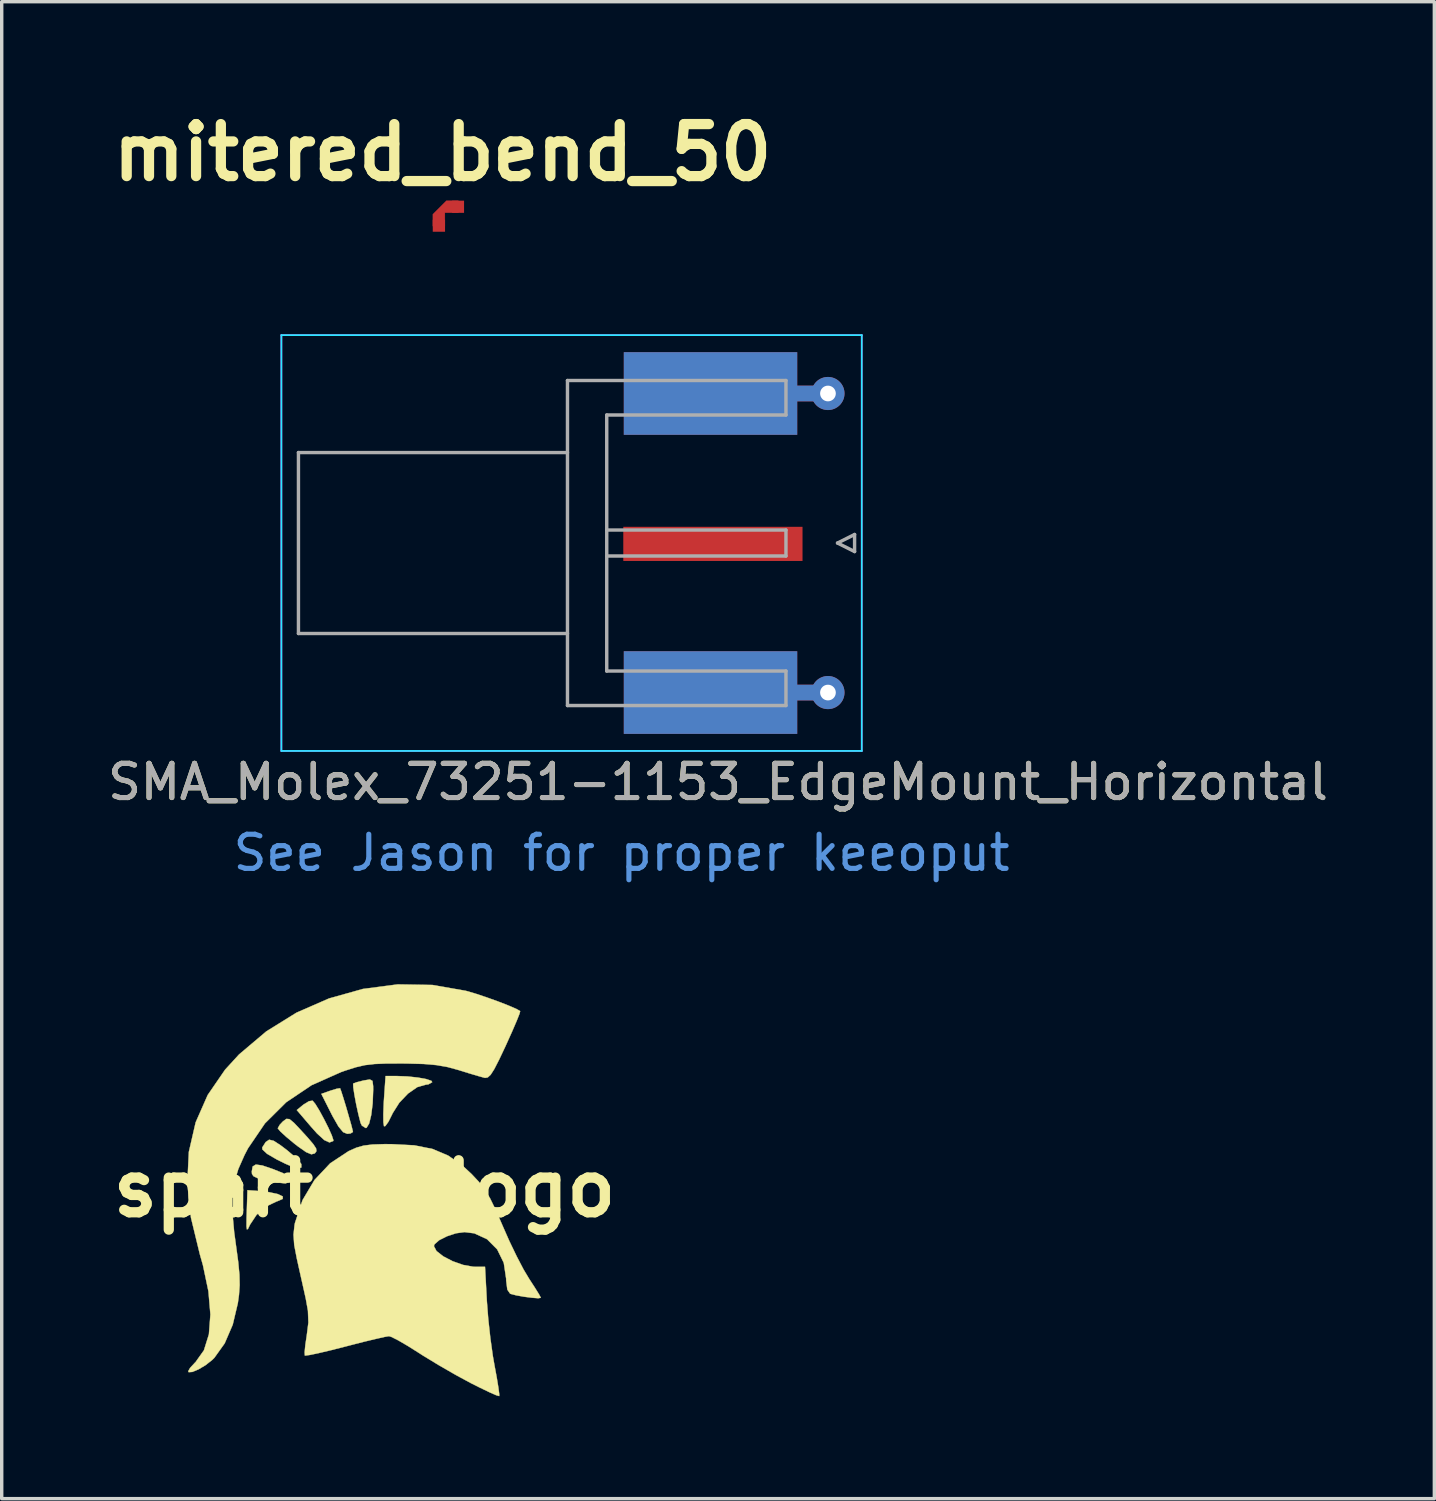
<source format=kicad_pcb>
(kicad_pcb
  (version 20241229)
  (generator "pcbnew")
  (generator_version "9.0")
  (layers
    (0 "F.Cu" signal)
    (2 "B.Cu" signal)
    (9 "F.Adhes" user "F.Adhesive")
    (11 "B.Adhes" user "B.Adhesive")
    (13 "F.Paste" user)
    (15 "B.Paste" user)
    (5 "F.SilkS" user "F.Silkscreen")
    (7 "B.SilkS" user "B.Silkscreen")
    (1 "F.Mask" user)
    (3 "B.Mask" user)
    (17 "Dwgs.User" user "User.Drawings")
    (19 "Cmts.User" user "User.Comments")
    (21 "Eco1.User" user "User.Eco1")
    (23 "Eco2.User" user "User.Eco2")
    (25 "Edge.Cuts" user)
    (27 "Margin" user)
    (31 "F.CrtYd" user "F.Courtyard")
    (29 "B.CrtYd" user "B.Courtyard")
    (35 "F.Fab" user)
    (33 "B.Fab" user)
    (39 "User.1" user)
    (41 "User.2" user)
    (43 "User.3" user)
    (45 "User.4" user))
  (footprint "SMA_Molex_73251-1153_EdgeMount_Horizontal"
    (layer "F.Cu")
    (at 15.207 12.881)
    (property "Reference" "SMA_Molex_73251-1153_EdgeMount_Horizontal" (at 2.775 6.975 0) (layer "F.SilkS") (effects (font (size 1 1) (thickness 0.15))))
    (attr smd)
    (fp_line (start -10.015 -6.115) (end -10.015 6.065) (stroke (width 0.05) (type solid)) (layer "B.CrtYd"))
    (fp_line (start -10.015 -6.115) (end 6.985 -6.115) (stroke (width 0.05) (type solid)) (layer "B.CrtYd"))
    (fp_line (start -10.015 6.065) (end 6.985 6.065) (stroke (width 0.05) (type solid)) (layer "B.CrtYd"))
    (fp_line (start 6.985 -6.115) (end 6.985 6.065) (stroke (width 0.05) (type solid)) (layer "B.CrtYd"))
    (fp_line (start -10.015 -6.115) (end -10.015 6.065) (stroke (width 0.05) (type solid)) (layer "F.CrtYd"))
    (fp_line (start -10.015 6.065) (end 6.985 6.065) (stroke (width 0.05) (type solid)) (layer "F.CrtYd"))
    (fp_line (start 6.985 -6.115) (end -10.015 -6.115) (stroke (width 0.05) (type solid)) (layer "F.CrtYd"))
    (fp_line (start 6.985 -6.115) (end 6.985 6.065) (stroke (width 0.05) (type solid)) (layer "F.CrtYd"))
    (fp_line (start -9.515 -2.675) (end -9.515 2.625) (stroke (width 0.1) (type solid)) (layer "F.Fab"))
    (fp_line (start -9.515 -2.675) (end -1.635 -2.675) (stroke (width 0.1) (type solid)) (layer "F.Fab"))
    (fp_line (start -9.515 2.625) (end -1.635 2.625) (stroke (width 0.1) (type solid)) (layer "F.Fab"))
    (fp_line (start -1.635 -4.785) (end -1.635 4.735) (stroke (width 0.1) (type solid)) (layer "F.Fab"))
    (fp_line (start -1.635 4.735) (end 4.765 4.735) (stroke (width 0.1) (type solid)) (layer "F.Fab"))
    (fp_line (start -0.485 -3.775) (end -0.485 3.725) (stroke (width 0.1) (type solid)) (layer "F.Fab"))
    (fp_line (start -0.485 -3.775) (end 4.765 -3.775) (stroke (width 0.1) (type solid)) (layer "F.Fab"))
    (fp_line (start -0.485 -0.405) (end 4.765 -0.405) (stroke (width 0.1) (type solid)) (layer "F.Fab"))
    (fp_line (start -0.485 0.355) (end 4.765 0.355) (stroke (width 0.1) (type solid)) (layer "F.Fab"))
    (fp_line (start -0.485 3.725) (end 4.765 3.725) (stroke (width 0.1) (type solid)) (layer "F.Fab"))
    (fp_line (start 4.765 -4.785) (end -1.635 -4.785) (stroke (width 0.1) (type solid)) (layer "F.Fab"))
    (fp_line (start 4.765 -4.785) (end 4.765 -3.775) (stroke (width 0.1) (type solid)) (layer "F.Fab"))
    (fp_line (start 4.765 -0.405) (end 4.765 0.355) (stroke (width 0.1) (type solid)) (layer "F.Fab"))
    (fp_line (start 4.765 3.725) (end 4.765 4.735) (stroke (width 0.1) (type solid)) (layer "F.Fab"))
    (fp_line (start 6.275 -0.025) (end 6.775 0.225) (stroke (width 0.1) (type solid)) (layer "F.Fab"))
    (fp_line (start 6.775 -0.275) (end 6.275 -0.025) (stroke (width 0.1) (type solid)) (layer "F.Fab"))
    (fp_line (start 6.775 0.225) (end 6.775 -0.275) (stroke (width 0.1) (type solid)) (layer "F.Fab"))
    (fp_text user "See Jason for proper keeoput" (at -0.05 9.05 0) (layer "Cmts.User") (effects (font (size 1 1) (thickness 0.15))))
    (fp_text user "${REFERENCE}" (at 2.775 6.975 0) (layer "F.Fab") (effects (font (size 1 1) (thickness 0.15))))
    (pad "1" smd rect (at 2.625 0) (size 5.25 1) (layers "F.Cu" "F.Mask" "F.Paste"))
    (pad "2" smd rect (at 2.555 -4.405) (size 5.08 2.42) (layers "F.Cu" "F.Mask" "F.Paste"))
    (pad "2" smd rect (at 2.555 -4.405) (size 5.08 2.42) (layers "B.Cu" "B.Mask" "B.Paste"))
    (pad "2" smd rect (at 2.555 4.355) (size 5.08 2.42) (layers "F.Cu" "F.Mask" "F.Paste"))
    (pad "2" smd rect (at 2.555 4.355) (size 5.08 2.42) (layers "B.Cu" "B.Mask" "B.Paste"))
    (pad "2" smd rect (at 5.545 -4.405) (size 0.95 0.46) (layers "F.Cu"))
    (pad "2" smd rect (at 5.545 -4.405) (size 0.95 0.46) (layers "B.Cu"))
    (pad "2" smd rect (at 5.545 4.355) (size 0.95 0.46) (layers "F.Cu"))
    (pad "2" smd rect (at 5.545 4.355) (size 0.95 0.46) (layers "B.Cu"))
    (pad "2" thru_hole circle (at 5.995 -4.405) (size 0.97 0.97) (drill 0.46) (layers "*.Cu"))
    (pad "2" thru_hole circle (at 5.995 4.355) (size 0.97 0.97) (drill 0.46) (layers "*.Cu")))
  (footprint "spartan_logo"
    (layer "F.Cu")
    (at 7.627 31.77)
    (property "Reference" "spartan_logo" (at 0 0 0) (layer "F.SilkS") (effects (font (size 1.524 1.524) (thickness 0.3))))
    (attr through_hole)
    (fp_poly (pts (xy -2.661 -1.405) (xy -2.457 -1.272) (xy -2.276 -1.135) (xy -1.994 -0.897) (xy -1.851 -0.724) (xy -1.85 -0.622) (xy -1.973 -0.597) (xy -2.097 -0.636) (xy -2.319 -0.733) (xy -2.564 -0.854) (xy -2.854 -1.023) (xy -2.991 -1.151) (xy -2.996 -1.209) (xy -2.893 -1.369) (xy -2.793 -1.436) (xy -2.661 -1.405)) (stroke (width 0.01) (type solid)) (fill yes) (layer "F.SilkS"))
    (fp_poly (pts (xy -1.44 -2.483) (xy -1.321 -2.289) (xy -1.186 -2.04) (xy -1.057 -1.784) (xy -0.958 -1.563) (xy -0.912 -1.424) (xy -0.914 -1.4) (xy -1.026 -1.356) (xy -1.179 -1.426) (xy -1.391 -1.62) (xy -1.578 -1.83) (xy -1.984 -2.305) (xy -1.788 -2.465) (xy -1.627 -2.564) (xy -1.52 -2.58) (xy -1.44 -2.483)) (stroke (width 0.01) (type solid)) (fill yes) (layer "F.SilkS"))
    (fp_poly (pts (xy -3.175 0.06) (xy -2.798 0.1) (xy -2.533 0.158) (xy -2.394 0.226) (xy -2.396 0.298) (xy -2.551 0.365) (xy -2.569 0.37) (xy -2.878 0.517) (xy -3.165 0.768) (xy -3.353 1.051) (xy -3.411 1.172) (xy -3.444 1.195) (xy -3.457 1.1) (xy -3.455 0.866) (xy -3.449 0.677) (xy -3.429 0.042) (xy -3.175 0.06)) (stroke (width 0.01) (type solid)) (fill yes) (layer "F.SilkS"))
    (fp_poly (pts (xy -2.993 -0.682) (xy -2.701 -0.583) (xy -2.392 -0.46) (xy -2.219 -0.37) (xy -2.156 -0.294) (xy -2.178 -0.213) (xy -2.184 -0.205) (xy -2.315 -0.156) (xy -2.581 -0.184) (xy -2.582 -0.184) (xy -2.929 -0.257) (xy -3.142 -0.314) (xy -3.253 -0.368) (xy -3.296 -0.433) (xy -3.302 -0.505) (xy -3.277 -0.651) (xy -3.183 -0.709) (xy -2.993 -0.682)) (stroke (width 0.01) (type solid)) (fill yes) (layer "F.SilkS"))
    (fp_poly (pts (xy -0.715 -2.943) (xy -0.682 -2.855) (xy -0.618 -2.654) (xy -0.537 -2.388) (xy -0.456 -2.107) (xy -0.386 -1.861) (xy -0.345 -1.698) (xy -0.339 -1.663) (xy -0.41 -1.619) (xy -0.507 -1.609) (xy -0.626 -1.658) (xy -0.762 -1.822) (xy -0.932 -2.12) (xy -0.97 -2.194) (xy -1.265 -2.779) (xy -1 -2.872) (xy -0.815 -2.929) (xy -0.717 -2.944) (xy -0.715 -2.943)) (stroke (width 0.01) (type solid)) (fill yes) (layer "F.SilkS"))
    (fp_poly (pts (xy -2.196 -2.039) (xy -2.067 -1.932) (xy -1.939 -1.798) (xy -1.67 -1.505) (xy -1.502 -1.308) (xy -1.419 -1.183) (xy -1.407 -1.103) (xy -1.448 -1.045) (xy -1.462 -1.033) (xy -1.557 -1.009) (xy -1.711 -1.073) (xy -1.948 -1.239) (xy -2.057 -1.324) (xy -2.292 -1.519) (xy -2.464 -1.677) (xy -2.539 -1.767) (xy -2.54 -1.772) (xy -2.484 -1.872) (xy -2.387 -1.975) (xy -2.287 -2.047) (xy -2.196 -2.039)) (stroke (width 0.01) (type solid)) (fill yes) (layer "F.SilkS"))
    (fp_poly (pts (xy 0.234 -3.159) (xy 0.253 -3.006) (xy 0.254 -2.897) (xy 0.239 -2.501) (xy 0.197 -2.161) (xy 0.136 -1.911) (xy 0.061 -1.786) (xy 0.037 -1.778) (xy -0.076 -1.848) (xy -0.115 -1.926) (xy -0.18 -2.182) (xy -0.244 -2.474) (xy -0.296 -2.753) (xy -0.329 -2.97) (xy -0.333 -3.078) (xy -0.331 -3.081) (xy -0.232 -3.119) (xy -0.039 -3.168) (xy -0.021 -3.172) (xy 0.156 -3.201) (xy 0.234 -3.159)) (stroke (width 0.01) (type solid)) (fill yes) (layer "F.SilkS"))
    (fp_poly (pts (xy 1.257 -3.29) (xy 1.564 -3.257) (xy 1.811 -3.212) (xy 1.96 -3.161) (xy 1.983 -3.121) (xy 1.869 -3.057) (xy 1.793 -3.048) (xy 1.546 -2.977) (xy 1.274 -2.788) (xy 1.019 -2.52) (xy 0.824 -2.211) (xy 0.809 -2.178) (xy 0.699 -1.959) (xy 0.61 -1.837) (xy 0.571 -1.83) (xy 0.553 -1.946) (xy 0.551 -2.186) (xy 0.563 -2.504) (xy 0.569 -2.606) (xy 0.617 -3.302) (xy 0.932 -3.302) (xy 1.257 -3.29)) (stroke (width 0.01) (type solid)) (fill yes) (layer "F.SilkS"))
    (fp_poly (pts (xy 1.988 -5.969) (xy 2.968 -5.798) (xy 3.246 -5.717) (xy 3.578 -5.606) (xy 3.92 -5.483) (xy 4.227 -5.363) (xy 4.457 -5.263) (xy 4.56 -5.203) (xy 4.538 -5.12) (xy 4.456 -4.914) (xy 4.327 -4.614) (xy 4.163 -4.25) (xy 4.137 -4.192) (xy 3.943 -3.782) (xy 3.801 -3.505) (xy 3.695 -3.339) (xy 3.61 -3.261) (xy 3.53 -3.247) (xy 3.514 -3.251) (xy 3.351 -3.296) (xy 3.083 -3.375) (xy 2.767 -3.473) (xy 2.752 -3.478) (xy 2.433 -3.565) (xy 2.109 -3.622) (xy 1.73 -3.655) (xy 1.245 -3.668) (xy 1.101 -3.669) (xy 0.637 -3.668) (xy 0.291 -3.654) (xy 0.012 -3.621) (xy -0.251 -3.56) (xy -0.55 -3.465) (xy -0.681 -3.42) (xy -1.549 -3.034) (xy -2.294 -2.533) (xy -2.915 -1.916) (xy -3.412 -1.185) (xy -3.515 -0.987) (xy -3.696 -0.578) (xy -3.813 -0.187) (xy -3.869 0.224) (xy -3.87 0.695) (xy -3.818 1.267) (xy -3.765 1.657) (xy -3.699 2.145) (xy -3.664 2.517) (xy -3.657 2.822) (xy -3.677 3.11) (xy -3.71 3.349) (xy -3.86 3.982) (xy -4.095 4.527) (xy -4.397 4.95) (xy -4.458 5.011) (xy -4.65 5.163) (xy -4.858 5.288) (xy -5.04 5.365) (xy -5.15 5.373) (xy -5.165 5.347) (xy -5.109 5.248) (xy -4.971 5.098) (xy -4.95 5.078) (xy -4.704 4.732) (xy -4.558 4.264) (xy -4.514 3.683) (xy -4.572 3.004) (xy -4.733 2.239) (xy -4.824 1.918) (xy -5.084 0.847) (xy -5.191 -0.151) (xy -5.145 -1.081) (xy -4.946 -1.945) (xy -4.593 -2.746) (xy -4.084 -3.487) (xy -3.674 -3.935) (xy -2.877 -4.609) (xy -1.992 -5.158) (xy -1.04 -5.574) (xy -0.045 -5.853) (xy 0.972 -5.986) (xy 1.988 -5.969)) (stroke (width 0.01) (type solid)) (fill yes) (layer "F.SilkS"))
    (fp_poly (pts (xy 0.804 -1.306) (xy 1.458 -1.272) (xy 1.993 -1.165) (xy 2.45 -0.972) (xy 2.871 -0.677) (xy 3.136 -0.431) (xy 3.349 -0.204) (xy 3.522 0.021) (xy 3.679 0.283) (xy 3.845 0.624) (xy 4.045 1.084) (xy 4.047 1.089) (xy 4.244 1.536) (xy 4.457 1.978) (xy 4.659 2.365) (xy 4.826 2.644) (xy 4.991 2.898) (xy 5.112 3.093) (xy 5.164 3.191) (xy 5.165 3.194) (xy 5.091 3.207) (xy 4.908 3.193) (xy 4.673 3.163) (xy 4.443 3.122) (xy 4.274 3.078) (xy 4.265 3.074) (xy 4.183 2.955) (xy 4.149 2.686) (xy 4.149 2.637) (xy 4.079 2.17) (xy 3.886 1.776) (xy 3.591 1.479) (xy 3.216 1.306) (xy 2.93 1.27) (xy 2.681 1.304) (xy 2.417 1.391) (xy 2.19 1.505) (xy 2.052 1.625) (xy 2.032 1.679) (xy 2.108 1.824) (xy 2.305 1.979) (xy 2.58 2.122) (xy 2.888 2.231) (xy 3.185 2.284) (xy 3.244 2.286) (xy 3.53 2.286) (xy 3.584 3.293) (xy 3.624 3.807) (xy 3.686 4.373) (xy 3.76 4.904) (xy 3.807 5.171) (xy 3.874 5.533) (xy 3.922 5.827) (xy 3.947 6.019) (xy 3.946 6.073) (xy 3.863 6.05) (xy 3.662 5.962) (xy 3.377 5.825) (xy 3.122 5.697) (xy 2.674 5.455) (xy 2.176 5.168) (xy 1.714 4.887) (xy 1.585 4.804) (xy 1.264 4.602) (xy 0.988 4.441) (xy 0.79 4.341) (xy 0.717 4.318) (xy 0.594 4.339) (xy 0.34 4.396) (xy -0.01 4.48) (xy -0.423 4.586) (xy -0.558 4.621) (xy -0.974 4.727) (xy -1.329 4.811) (xy -1.592 4.867) (xy -1.733 4.887) (xy -1.748 4.885) (xy -1.754 4.788) (xy -1.733 4.572) (xy -1.693 4.307) (xy -1.644 3.919) (xy -1.657 3.575) (xy -1.721 3.217) (xy -1.806 2.836) (xy -1.905 2.394) (xy -1.984 2.039) (xy -2.059 1.647) (xy -2.08 1.345) (xy -2.05 1.066) (xy -2.037 1) (xy -1.816 0.334) (xy -1.465 -0.257) (xy -1.004 -0.747) (xy -0.462 -1.104) (xy -0.239 -1.203) (xy -0.025 -1.264) (xy 0.233 -1.296) (xy 0.584 -1.307) (xy 0.804 -1.306)) (stroke (width 0.01) (type solid)) (fill yes) (layer "F.SilkS")))
  (footprint "mitered_bend_50"
    (layer "F.Cu")
    (at 10.001 3.201)
    (property "Reference" "mitered_bend_50" (at -0.087 -1.782 0) (layer "F.SilkS") (effects (font (size 1.524 1.524) (thickness 0.3))))
    (attr through_hole)
    (fp_poly (pts (xy 0.373 -0.02) (xy -0.02 -0.02) (xy -0.02 0.373) (xy -0.371 0.373) (xy -0.371 0.024) (xy 0.024 -0.371) (xy 0.373 -0.371) (xy 0.373 -0.02)) (stroke (width 0.01) (type solid)) (fill yes) (layer "F.Cu"))
    (pad "" smd rect (at -0.08 -0.085) (size 1.25 1.25) (layers "F.Mask"))
    (pad "1" smd rect (at -0.195 0.362) (size 0.36 0.35) (layers "F.Cu"))
    (pad "2" smd rect (at 0.367 -0.195) (size 0.35 0.357) (layers "F.Cu")))
  (gr_rect
    (start -3 -3)
    (end 38.964 40.848)
    (stroke (width 0.1) (type default))
    (fill no)
    (layer "Edge.Cuts")))
</source>
